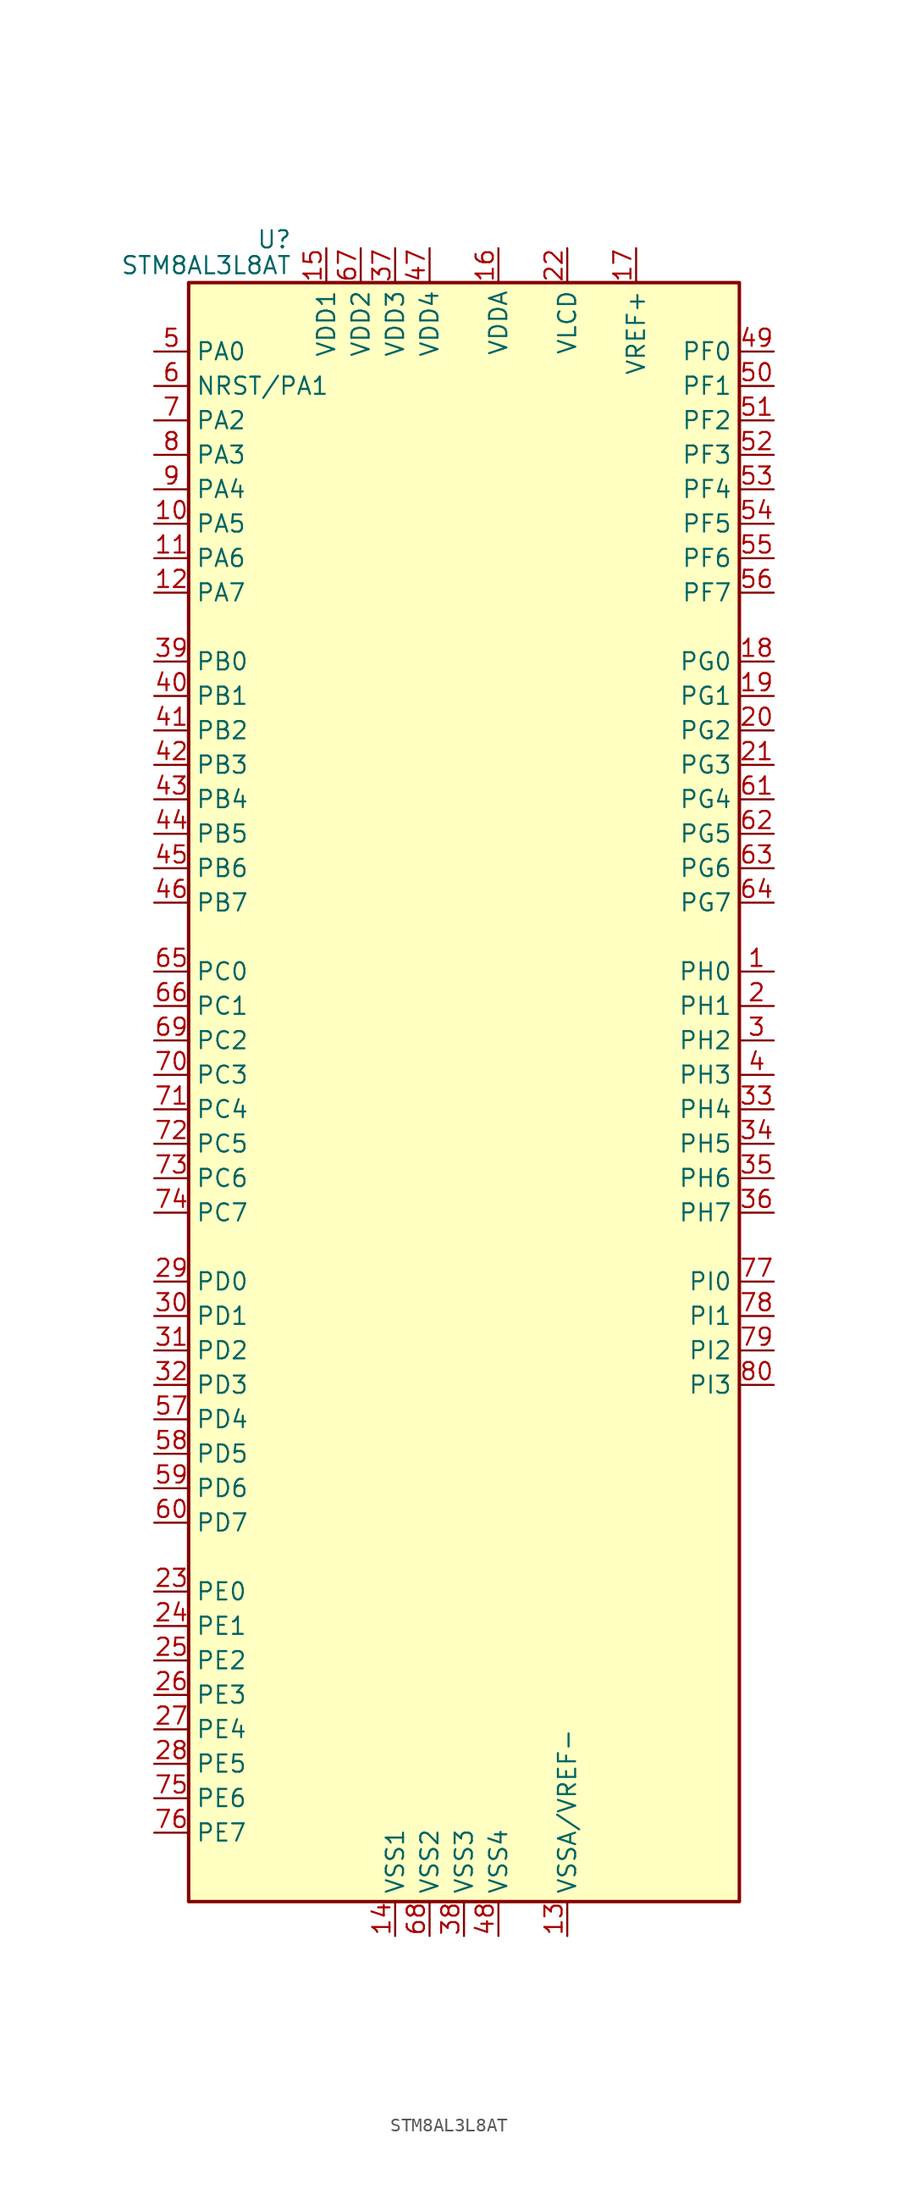
<source format=kicad_sym>
(kicad_symbol_lib
  (version 20241209)
  (generator "kicad_symbol_editor")
  (generator_version "9.0")
  (symbol "STM8AL3L8AT"
    (property "Reference" "U"
      (at -12.7 61.595 0)
      (effects (font (size 1.27 1.27)) (justify right)))
    (property "Value" "STM8AL3L8AT"
      (at -12.7 59.69 0)
      (effects (font (size 1.27 1.27)) (justify right)))
    (symbol "STM8AL3L8AT_0_0"
      (pin bidirectional line (at -22.86 53.34 0) (length 2.54) (name "PA0" (effects (font (size 1.27 1.27)))) (number "5" (effects (font (size 1.27 1.27)))))
      (pin bidirectional line (at -22.86 50.8 0) (length 2.54) (name "NRST/PA1" (effects (font (size 1.27 1.27)))) (number "6" (effects (font (size 1.27 1.27)))))
      (pin bidirectional line (at -22.86 48.26 0) (length 2.54) (name "PA2" (effects (font (size 1.27 1.27)))) (number "7" (effects (font (size 1.27 1.27)))))
      (pin bidirectional line (at -22.86 45.72 0) (length 2.54) (name "PA3" (effects (font (size 1.27 1.27)))) (number "8" (effects (font (size 1.27 1.27)))))
      (pin bidirectional line (at -22.86 43.18 0) (length 2.54) (name "PA4" (effects (font (size 1.27 1.27)))) (number "9" (effects (font (size 1.27 1.27)))))
      (pin bidirectional line (at -22.86 40.64 0) (length 2.54) (name "PA5" (effects (font (size 1.27 1.27)))) (number "10" (effects (font (size 1.27 1.27)))))
      (pin bidirectional line (at -22.86 38.1 0) (length 2.54) (name "PA6" (effects (font (size 1.27 1.27)))) (number "11" (effects (font (size 1.27 1.27)))))
      (pin bidirectional line (at -22.86 35.56 0) (length 2.54) (name "PA7" (effects (font (size 1.27 1.27)))) (number "12" (effects (font (size 1.27 1.27)))))
      (pin bidirectional line (at -22.86 30.48 0) (length 2.54) (name "PB0" (effects (font (size 1.27 1.27)))) (number "39" (effects (font (size 1.27 1.27)))))
      (pin bidirectional line (at -22.86 27.94 0) (length 2.54) (name "PB1" (effects (font (size 1.27 1.27)))) (number "40" (effects (font (size 1.27 1.27)))))
      (pin bidirectional line (at -22.86 25.4 0) (length 2.54) (name "PB2" (effects (font (size 1.27 1.27)))) (number "41" (effects (font (size 1.27 1.27)))))
      (pin bidirectional line (at -22.86 22.86 0) (length 2.54) (name "PB3" (effects (font (size 1.27 1.27)))) (number "42" (effects (font (size 1.27 1.27)))))
      (pin bidirectional line (at -22.86 20.32 0) (length 2.54) (name "PB4" (effects (font (size 1.27 1.27)))) (number "43" (effects (font (size 1.27 1.27)))))
      (pin bidirectional line (at -22.86 17.78 0) (length 2.54) (name "PB5" (effects (font (size 1.27 1.27)))) (number "44" (effects (font (size 1.27 1.27)))))
      (pin bidirectional line (at -22.86 15.24 0) (length 2.54) (name "PB6" (effects (font (size 1.27 1.27)))) (number "45" (effects (font (size 1.27 1.27)))))
      (pin bidirectional line (at -22.86 12.7 0) (length 2.54) (name "PB7" (effects (font (size 1.27 1.27)))) (number "46" (effects (font (size 1.27 1.27)))))
      (pin bidirectional line (at -22.86 7.62 0) (length 2.54) (name "PC0" (effects (font (size 1.27 1.27)))) (number "65" (effects (font (size 1.27 1.27)))))
      (pin bidirectional line (at -22.86 5.08 0) (length 2.54) (name "PC1" (effects (font (size 1.27 1.27)))) (number "66" (effects (font (size 1.27 1.27)))))
      (pin bidirectional line (at -22.86 2.54 0) (length 2.54) (name "PC2" (effects (font (size 1.27 1.27)))) (number "69" (effects (font (size 1.27 1.27)))))
      (pin bidirectional line (at -22.86 0 0) (length 2.54) (name "PC3" (effects (font (size 1.27 1.27)))) (number "70" (effects (font (size 1.27 1.27)))))
      (pin bidirectional line (at -22.86 -2.54 0) (length 2.54) (name "PC4" (effects (font (size 1.27 1.27)))) (number "71" (effects (font (size 1.27 1.27)))))
      (pin bidirectional line (at -22.86 -5.08 0) (length 2.54) (name "PC5" (effects (font (size 1.27 1.27)))) (number "72" (effects (font (size 1.27 1.27)))))
      (pin bidirectional line (at -22.86 -7.62 0) (length 2.54) (name "PC6" (effects (font (size 1.27 1.27)))) (number "73" (effects (font (size 1.27 1.27)))))
      (pin bidirectional line (at -22.86 -10.16 0) (length 2.54) (name "PC7" (effects (font (size 1.27 1.27)))) (number "74" (effects (font (size 1.27 1.27)))))
      (pin bidirectional line (at -22.86 -15.24 0) (length 2.54) (name "PD0" (effects (font (size 1.27 1.27)))) (number "29" (effects (font (size 1.27 1.27)))))
      (pin bidirectional line (at -22.86 -17.78 0) (length 2.54) (name "PD1" (effects (font (size 1.27 1.27)))) (number "30" (effects (font (size 1.27 1.27)))))
      (pin bidirectional line (at -22.86 -20.32 0) (length 2.54) (name "PD2" (effects (font (size 1.27 1.27)))) (number "31" (effects (font (size 1.27 1.27)))))
      (pin bidirectional line (at -22.86 -22.86 0) (length 2.54) (name "PD3" (effects (font (size 1.27 1.27)))) (number "32" (effects (font (size 1.27 1.27)))))
      (pin bidirectional line (at -22.86 -25.4 0) (length 2.54) (name "PD4" (effects (font (size 1.27 1.27)))) (number "57" (effects (font (size 1.27 1.27)))))
      (pin bidirectional line (at -22.86 -27.94 0) (length 2.54) (name "PD5" (effects (font (size 1.27 1.27)))) (number "58" (effects (font (size 1.27 1.27)))))
      (pin bidirectional line (at -22.86 -30.48 0) (length 2.54) (name "PD6" (effects (font (size 1.27 1.27)))) (number "59" (effects (font (size 1.27 1.27)))))
      (pin bidirectional line (at -22.86 -33.02 0) (length 2.54) (name "PD7" (effects (font (size 1.27 1.27)))) (number "60" (effects (font (size 1.27 1.27)))))
      (pin bidirectional line (at -22.86 -38.1 0) (length 2.54) (name "PE0" (effects (font (size 1.27 1.27)))) (number "23" (effects (font (size 1.27 1.27)))))
      (pin bidirectional line (at -22.86 -40.64 0) (length 2.54) (name "PE1" (effects (font (size 1.27 1.27)))) (number "24" (effects (font (size 1.27 1.27)))))
      (pin bidirectional line (at -22.86 -43.18 0) (length 2.54) (name "PE2" (effects (font (size 1.27 1.27)))) (number "25" (effects (font (size 1.27 1.27)))))
      (pin bidirectional line (at -22.86 -45.72 0) (length 2.54) (name "PE3" (effects (font (size 1.27 1.27)))) (number "26" (effects (font (size 1.27 1.27)))))
      (pin bidirectional line (at -22.86 -48.26 0) (length 2.54) (name "PE4" (effects (font (size 1.27 1.27)))) (number "27" (effects (font (size 1.27 1.27)))))
      (pin bidirectional line (at -22.86 -50.8 0) (length 2.54) (name "PE5" (effects (font (size 1.27 1.27)))) (number "28" (effects (font (size 1.27 1.27)))))
      (pin bidirectional line (at -22.86 -53.34 0) (length 2.54) (name "PE6" (effects (font (size 1.27 1.27)))) (number "75" (effects (font (size 1.27 1.27)))))
      (pin bidirectional line (at -22.86 -55.88 0) (length 2.54) (name "PE7" (effects (font (size 1.27 1.27)))) (number "76" (effects (font (size 1.27 1.27)))))
      (pin power_in line (at -10.16 60.96 270) (length 2.54) (name "VDD1" (effects (font (size 1.27 1.27)))) (number "15" (effects (font (size 1.27 1.27)))))
      (pin power_in line (at -7.62 60.96 270) (length 2.54) (name "VDD2" (effects (font (size 1.27 1.27)))) (number "67" (effects (font (size 1.27 1.27)))))
      (pin power_in line (at -5.08 60.96 270) (length 2.54) (name "VDD3" (effects (font (size 1.27 1.27)))) (number "37" (effects (font (size 1.27 1.27)))))
      (pin power_in line (at -5.08 -63.5 90) (length 2.54) (name "VSS1" (effects (font (size 1.27 1.27)))) (number "14" (effects (font (size 1.27 1.27)))))
      (pin power_in line (at -2.54 60.96 270) (length 2.54) (name "VDD4" (effects (font (size 1.27 1.27)))) (number "47" (effects (font (size 1.27 1.27)))))
      (pin power_in line (at -2.54 -63.5 90) (length 2.54) (name "VSS2" (effects (font (size 1.27 1.27)))) (number "68" (effects (font (size 1.27 1.27)))))
      (pin power_in line (at 0 -63.5 90) (length 2.54) (name "VSS3" (effects (font (size 1.27 1.27)))) (number "38" (effects (font (size 1.27 1.27)))))
      (pin power_in line (at 2.54 60.96 270) (length 2.54) (name "VDDA" (effects (font (size 1.27 1.27)))) (number "16" (effects (font (size 1.27 1.27)))))
      (pin power_in line (at 2.54 -63.5 90) (length 2.54) (name "VSS4" (effects (font (size 1.27 1.27)))) (number "48" (effects (font (size 1.27 1.27)))))
      (pin power_in line (at 7.62 60.96 270) (length 2.54) (name "VLCD" (effects (font (size 1.27 1.27)))) (number "22" (effects (font (size 1.27 1.27)))))
      (pin power_in line (at 7.62 -63.5 90) (length 2.54) (name "VSSA/VREF-" (effects (font (size 1.27 1.27)))) (number "13" (effects (font (size 1.27 1.27)))))
      (pin power_in line (at 12.7 60.96 270) (length 2.54) (name "VREF+" (effects (font (size 1.27 1.27)))) (number "17" (effects (font (size 1.27 1.27)))))
      (pin bidirectional line (at 22.86 53.34 180) (length 2.54) (name "PF0" (effects (font (size 1.27 1.27)))) (number "49" (effects (font (size 1.27 1.27)))))
      (pin bidirectional line (at 22.86 50.8 180) (length 2.54) (name "PF1" (effects (font (size 1.27 1.27)))) (number "50" (effects (font (size 1.27 1.27)))))
      (pin bidirectional line (at 22.86 48.26 180) (length 2.54) (name "PF2" (effects (font (size 1.27 1.27)))) (number "51" (effects (font (size 1.27 1.27)))))
      (pin bidirectional line (at 22.86 45.72 180) (length 2.54) (name "PF3" (effects (font (size 1.27 1.27)))) (number "52" (effects (font (size 1.27 1.27)))))
      (pin bidirectional line (at 22.86 43.18 180) (length 2.54) (name "PF4" (effects (font (size 1.27 1.27)))) (number "53" (effects (font (size 1.27 1.27)))))
      (pin bidirectional line (at 22.86 40.64 180) (length 2.54) (name "PF5" (effects (font (size 1.27 1.27)))) (number "54" (effects (font (size 1.27 1.27)))))
      (pin bidirectional line (at 22.86 38.1 180) (length 2.54) (name "PF6" (effects (font (size 1.27 1.27)))) (number "55" (effects (font (size 1.27 1.27)))))
      (pin bidirectional line (at 22.86 35.56 180) (length 2.54) (name "PF7" (effects (font (size 1.27 1.27)))) (number "56" (effects (font (size 1.27 1.27)))))
      (pin bidirectional line (at 22.86 30.48 180) (length 2.54) (name "PG0" (effects (font (size 1.27 1.27)))) (number "18" (effects (font (size 1.27 1.27)))))
      (pin bidirectional line (at 22.86 27.94 180) (length 2.54) (name "PG1" (effects (font (size 1.27 1.27)))) (number "19" (effects (font (size 1.27 1.27)))))
      (pin bidirectional line (at 22.86 25.4 180) (length 2.54) (name "PG2" (effects (font (size 1.27 1.27)))) (number "20" (effects (font (size 1.27 1.27)))))
      (pin bidirectional line (at 22.86 22.86 180) (length 2.54) (name "PG3" (effects (font (size 1.27 1.27)))) (number "21" (effects (font (size 1.27 1.27)))))
      (pin bidirectional line (at 22.86 20.32 180) (length 2.54) (name "PG4" (effects (font (size 1.27 1.27)))) (number "61" (effects (font (size 1.27 1.27)))))
      (pin bidirectional line (at 22.86 17.78 180) (length 2.54) (name "PG5" (effects (font (size 1.27 1.27)))) (number "62" (effects (font (size 1.27 1.27)))))
      (pin bidirectional line (at 22.86 15.24 180) (length 2.54) (name "PG6" (effects (font (size 1.27 1.27)))) (number "63" (effects (font (size 1.27 1.27)))))
      (pin bidirectional line (at 22.86 12.7 180) (length 2.54) (name "PG7" (effects (font (size 1.27 1.27)))) (number "64" (effects (font (size 1.27 1.27)))))
      (pin bidirectional line (at 22.86 7.62 180) (length 2.54) (name "PH0" (effects (font (size 1.27 1.27)))) (number "1" (effects (font (size 1.27 1.27)))))
      (pin bidirectional line (at 22.86 5.08 180) (length 2.54) (name "PH1" (effects (font (size 1.27 1.27)))) (number "2" (effects (font (size 1.27 1.27)))))
      (pin bidirectional line (at 22.86 2.54 180) (length 2.54) (name "PH2" (effects (font (size 1.27 1.27)))) (number "3" (effects (font (size 1.27 1.27)))))
      (pin bidirectional line (at 22.86 0 180) (length 2.54) (name "PH3" (effects (font (size 1.27 1.27)))) (number "4" (effects (font (size 1.27 1.27)))))
      (pin bidirectional line (at 22.86 -2.54 180) (length 2.54) (name "PH4" (effects (font (size 1.27 1.27)))) (number "33" (effects (font (size 1.27 1.27)))))
      (pin bidirectional line (at 22.86 -5.08 180) (length 2.54) (name "PH5" (effects (font (size 1.27 1.27)))) (number "34" (effects (font (size 1.27 1.27)))))
      (pin bidirectional line (at 22.86 -7.62 180) (length 2.54) (name "PH6" (effects (font (size 1.27 1.27)))) (number "35" (effects (font (size 1.27 1.27)))))
      (pin bidirectional line (at 22.86 -10.16 180) (length 2.54) (name "PH7" (effects (font (size 1.27 1.27)))) (number "36" (effects (font (size 1.27 1.27)))))
      (pin bidirectional line (at 22.86 -15.24 180) (length 2.54) (name "PI0" (effects (font (size 1.27 1.27)))) (number "77" (effects (font (size 1.27 1.27)))))
      (pin bidirectional line (at 22.86 -17.78 180) (length 2.54) (name "PI1" (effects (font (size 1.27 1.27)))) (number "78" (effects (font (size 1.27 1.27)))))
      (pin bidirectional line (at 22.86 -20.32 180) (length 2.54) (name "PI2" (effects (font (size 1.27 1.27)))) (number "79" (effects (font (size 1.27 1.27)))))
      (pin bidirectional line (at 22.86 -22.86 180) (length 2.54) (name "PI3" (effects (font (size 1.27 1.27)))) (number "80" (effects (font (size 1.27 1.27))))))
    (symbol "STM8AL3L8AT_0_1"
      (rectangle (start -20.32 58.42) (end 20.32 -60.96) (stroke (width 0.254) (type default)) (fill (type background))))))
</source>
